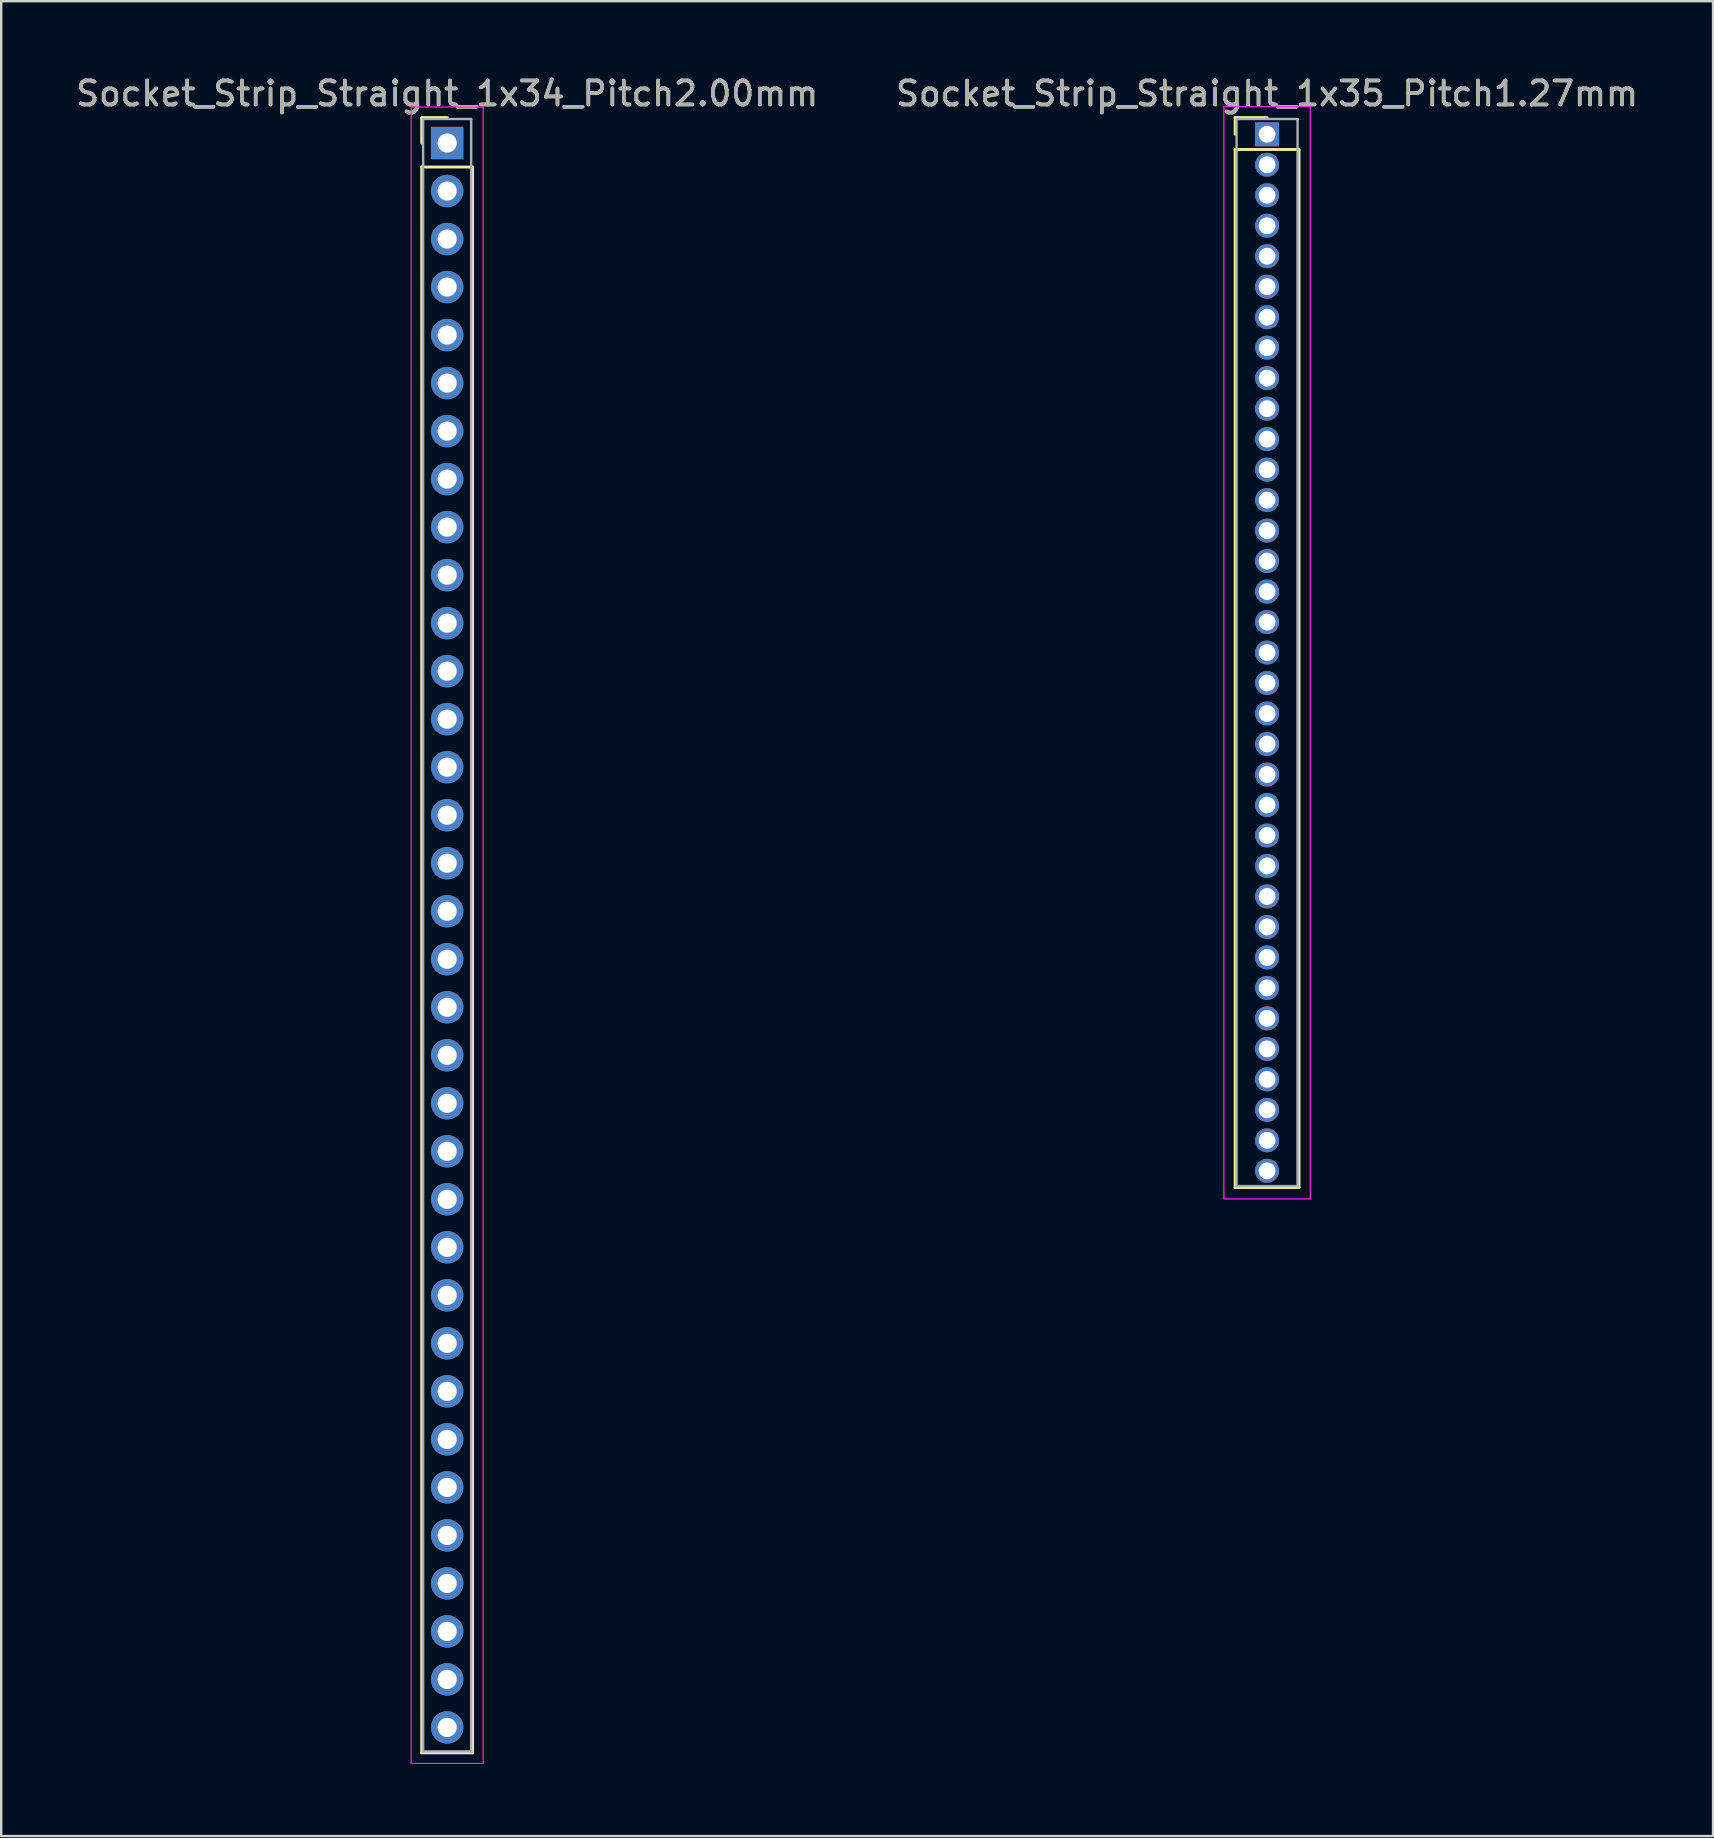
<source format=kicad_pcb>
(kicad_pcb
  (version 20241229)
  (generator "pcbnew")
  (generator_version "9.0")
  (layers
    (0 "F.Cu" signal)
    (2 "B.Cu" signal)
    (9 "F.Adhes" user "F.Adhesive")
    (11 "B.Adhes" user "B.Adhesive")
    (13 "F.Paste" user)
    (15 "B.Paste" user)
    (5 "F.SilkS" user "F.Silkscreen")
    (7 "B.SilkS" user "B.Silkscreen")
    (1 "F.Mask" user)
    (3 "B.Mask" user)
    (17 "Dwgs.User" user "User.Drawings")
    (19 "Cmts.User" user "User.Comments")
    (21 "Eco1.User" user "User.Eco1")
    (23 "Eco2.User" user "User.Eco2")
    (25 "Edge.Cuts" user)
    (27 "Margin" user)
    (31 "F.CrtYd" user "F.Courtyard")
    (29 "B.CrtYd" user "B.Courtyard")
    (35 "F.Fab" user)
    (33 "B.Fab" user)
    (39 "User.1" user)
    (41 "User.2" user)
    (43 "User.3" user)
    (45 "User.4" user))
  (footprint "Socket_Strip_Straight_1x34_Pitch2.00mm"
    (layer "F.Cu")
    (at 15.577 2.908)
    (property "Reference" "Socket_Strip_Straight_1x34_Pitch2.00mm" (at 0 -2.06 0) (layer "F.SilkS") (effects (font (size 1 1) (thickness 0.15))))
    (attr through_hole)
    (fp_line (start -1.06 -1.06) (end 0 -1.06) (stroke (width 0.12) (type solid)) (layer "F.SilkS"))
    (fp_line (start -1.06 0) (end -1.06 -1.06) (stroke (width 0.12) (type solid)) (layer "F.SilkS"))
    (fp_line (start -1.06 1) (end -1.06 67.06) (stroke (width 0.12) (type solid)) (layer "F.SilkS"))
    (fp_line (start -1.06 67.06) (end 1.06 67.06) (stroke (width 0.12) (type solid)) (layer "F.SilkS"))
    (fp_line (start 1.06 1) (end -1.06 1) (stroke (width 0.12) (type solid)) (layer "F.SilkS"))
    (fp_line (start 1.06 67.06) (end 1.06 1) (stroke (width 0.12) (type solid)) (layer "F.SilkS"))
    (fp_line (start -1.5 -1.5) (end -1.5 67.5) (stroke (width 0.05) (type solid)) (layer "F.CrtYd"))
    (fp_line (start -1.5 67.5) (end 1.5 67.5) (stroke (width 0.05) (type solid)) (layer "F.CrtYd"))
    (fp_line (start 1.5 -1.5) (end -1.5 -1.5) (stroke (width 0.05) (type solid)) (layer "F.CrtYd"))
    (fp_line (start 1.5 67.5) (end 1.5 -1.5) (stroke (width 0.05) (type solid)) (layer "F.CrtYd"))
    (fp_line (start -1 -1) (end -1 67) (stroke (width 0.1) (type solid)) (layer "F.Fab"))
    (fp_line (start -1 67) (end 1 67) (stroke (width 0.1) (type solid)) (layer "F.Fab"))
    (fp_line (start 1 -1) (end -1 -1) (stroke (width 0.1) (type solid)) (layer "F.Fab"))
    (fp_line (start 1 67) (end 1 -1) (stroke (width 0.1) (type solid)) (layer "F.Fab"))
    (fp_text user "${REFERENCE}" (at 0 -2.06 0) (layer "F.Fab") (effects (font (size 1 1) (thickness 0.15))))
    (pad "1" thru_hole rect (at 0 0) (size 1.35 1.35) (drill 0.8) (layers "*.Cu" "*.Mask"))
    (pad "2" thru_hole oval (at 0 2) (size 1.35 1.35) (drill 0.8) (layers "*.Cu" "*.Mask"))
    (pad "3" thru_hole oval (at 0 4) (size 1.35 1.35) (drill 0.8) (layers "*.Cu" "*.Mask"))
    (pad "4" thru_hole oval (at 0 6) (size 1.35 1.35) (drill 0.8) (layers "*.Cu" "*.Mask"))
    (pad "5" thru_hole oval (at 0 8) (size 1.35 1.35) (drill 0.8) (layers "*.Cu" "*.Mask"))
    (pad "6" thru_hole oval (at 0 10) (size 1.35 1.35) (drill 0.8) (layers "*.Cu" "*.Mask"))
    (pad "7" thru_hole oval (at 0 12) (size 1.35 1.35) (drill 0.8) (layers "*.Cu" "*.Mask"))
    (pad "8" thru_hole oval (at 0 14) (size 1.35 1.35) (drill 0.8) (layers "*.Cu" "*.Mask"))
    (pad "9" thru_hole oval (at 0 16) (size 1.35 1.35) (drill 0.8) (layers "*.Cu" "*.Mask"))
    (pad "10" thru_hole oval (at 0 18) (size 1.35 1.35) (drill 0.8) (layers "*.Cu" "*.Mask"))
    (pad "11" thru_hole oval (at 0 20) (size 1.35 1.35) (drill 0.8) (layers "*.Cu" "*.Mask"))
    (pad "12" thru_hole oval (at 0 22) (size 1.35 1.35) (drill 0.8) (layers "*.Cu" "*.Mask"))
    (pad "13" thru_hole oval (at 0 24) (size 1.35 1.35) (drill 0.8) (layers "*.Cu" "*.Mask"))
    (pad "14" thru_hole oval (at 0 26) (size 1.35 1.35) (drill 0.8) (layers "*.Cu" "*.Mask"))
    (pad "15" thru_hole oval (at 0 28) (size 1.35 1.35) (drill 0.8) (layers "*.Cu" "*.Mask"))
    (pad "16" thru_hole oval (at 0 30) (size 1.35 1.35) (drill 0.8) (layers "*.Cu" "*.Mask"))
    (pad "17" thru_hole oval (at 0 32) (size 1.35 1.35) (drill 0.8) (layers "*.Cu" "*.Mask"))
    (pad "18" thru_hole oval (at 0 34) (size 1.35 1.35) (drill 0.8) (layers "*.Cu" "*.Mask"))
    (pad "19" thru_hole oval (at 0 36) (size 1.35 1.35) (drill 0.8) (layers "*.Cu" "*.Mask"))
    (pad "20" thru_hole oval (at 0 38) (size 1.35 1.35) (drill 0.8) (layers "*.Cu" "*.Mask"))
    (pad "21" thru_hole oval (at 0 40) (size 1.35 1.35) (drill 0.8) (layers "*.Cu" "*.Mask"))
    (pad "22" thru_hole oval (at 0 42) (size 1.35 1.35) (drill 0.8) (layers "*.Cu" "*.Mask"))
    (pad "23" thru_hole oval (at 0 44) (size 1.35 1.35) (drill 0.8) (layers "*.Cu" "*.Mask"))
    (pad "24" thru_hole oval (at 0 46) (size 1.35 1.35) (drill 0.8) (layers "*.Cu" "*.Mask"))
    (pad "25" thru_hole oval (at 0 48) (size 1.35 1.35) (drill 0.8) (layers "*.Cu" "*.Mask"))
    (pad "26" thru_hole oval (at 0 50) (size 1.35 1.35) (drill 0.8) (layers "*.Cu" "*.Mask"))
    (pad "27" thru_hole oval (at 0 52) (size 1.35 1.35) (drill 0.8) (layers "*.Cu" "*.Mask"))
    (pad "28" thru_hole oval (at 0 54) (size 1.35 1.35) (drill 0.8) (layers "*.Cu" "*.Mask"))
    (pad "29" thru_hole oval (at 0 56) (size 1.35 1.35) (drill 0.8) (layers "*.Cu" "*.Mask"))
    (pad "30" thru_hole oval (at 0 58) (size 1.35 1.35) (drill 0.8) (layers "*.Cu" "*.Mask"))
    (pad "31" thru_hole oval (at 0 60) (size 1.35 1.35) (drill 0.8) (layers "*.Cu" "*.Mask"))
    (pad "32" thru_hole oval (at 0 62) (size 1.35 1.35) (drill 0.8) (layers "*.Cu" "*.Mask"))
    (pad "33" thru_hole oval (at 0 64) (size 1.35 1.35) (drill 0.8) (layers "*.Cu" "*.Mask"))
    (pad "34" thru_hole oval (at 0 66) (size 1.35 1.35) (drill 0.8) (layers "*.Cu" "*.Mask")))
  (footprint "Socket_Strip_Straight_1x35_Pitch1.27mm"
    (layer "F.Cu")
    (at 49.732 2.543)
    (property "Reference" "Socket_Strip_Straight_1x35_Pitch1.27mm" (at 0 -1.695 0) (layer "F.SilkS") (effects (font (size 1 1) (thickness 0.15))))
    (attr through_hole)
    (fp_line (start -1.33 -0.695) (end 0 -0.695) (stroke (width 0.12) (type solid)) (layer "F.SilkS"))
    (fp_line (start -1.33 0) (end -1.33 -0.695) (stroke (width 0.12) (type solid)) (layer "F.SilkS"))
    (fp_line (start -1.33 0.635) (end -1.33 43.875) (stroke (width 0.12) (type solid)) (layer "F.SilkS"))
    (fp_line (start -1.33 43.875) (end 1.33 43.875) (stroke (width 0.12) (type solid)) (layer "F.SilkS"))
    (fp_line (start 1.33 0.635) (end -1.33 0.635) (stroke (width 0.12) (type solid)) (layer "F.SilkS"))
    (fp_line (start 1.33 43.875) (end 1.33 0.635) (stroke (width 0.12) (type solid)) (layer "F.SilkS"))
    (fp_line (start -1.8 -1.15) (end -1.8 44.35) (stroke (width 0.05) (type solid)) (layer "F.CrtYd"))
    (fp_line (start -1.8 44.35) (end 1.8 44.35) (stroke (width 0.05) (type solid)) (layer "F.CrtYd"))
    (fp_line (start 1.8 -1.15) (end -1.8 -1.15) (stroke (width 0.05) (type solid)) (layer "F.CrtYd"))
    (fp_line (start 1.8 44.35) (end 1.8 -1.15) (stroke (width 0.05) (type solid)) (layer "F.CrtYd"))
    (fp_line (start -1.27 -0.635) (end -1.27 43.815) (stroke (width 0.1) (type solid)) (layer "F.Fab"))
    (fp_line (start -1.27 43.815) (end 1.27 43.815) (stroke (width 0.1) (type solid)) (layer "F.Fab"))
    (fp_line (start 1.27 -0.635) (end -1.27 -0.635) (stroke (width 0.1) (type solid)) (layer "F.Fab"))
    (fp_line (start 1.27 43.815) (end 1.27 -0.635) (stroke (width 0.1) (type solid)) (layer "F.Fab"))
    (fp_text user "${REFERENCE}" (at 0 -1.695 0) (layer "F.Fab") (effects (font (size 1 1) (thickness 0.15))))
    (pad "1" thru_hole rect (at 0 0) (size 1 1) (drill 0.7) (layers "*.Cu" "*.Mask"))
    (pad "2" thru_hole oval (at 0 1.27) (size 1 1) (drill 0.7) (layers "*.Cu" "*.Mask"))
    (pad "3" thru_hole oval (at 0 2.54) (size 1 1) (drill 0.7) (layers "*.Cu" "*.Mask"))
    (pad "4" thru_hole oval (at 0 3.81) (size 1 1) (drill 0.7) (layers "*.Cu" "*.Mask"))
    (pad "5" thru_hole oval (at 0 5.08) (size 1 1) (drill 0.7) (layers "*.Cu" "*.Mask"))
    (pad "6" thru_hole oval (at 0 6.35) (size 1 1) (drill 0.7) (layers "*.Cu" "*.Mask"))
    (pad "7" thru_hole oval (at 0 7.62) (size 1 1) (drill 0.7) (layers "*.Cu" "*.Mask"))
    (pad "8" thru_hole oval (at 0 8.89) (size 1 1) (drill 0.7) (layers "*.Cu" "*.Mask"))
    (pad "9" thru_hole oval (at 0 10.16) (size 1 1) (drill 0.7) (layers "*.Cu" "*.Mask"))
    (pad "10" thru_hole oval (at 0 11.43) (size 1 1) (drill 0.7) (layers "*.Cu" "*.Mask"))
    (pad "11" thru_hole oval (at 0 12.7) (size 1 1) (drill 0.7) (layers "*.Cu" "*.Mask"))
    (pad "12" thru_hole oval (at 0 13.97) (size 1 1) (drill 0.7) (layers "*.Cu" "*.Mask"))
    (pad "13" thru_hole oval (at 0 15.24) (size 1 1) (drill 0.7) (layers "*.Cu" "*.Mask"))
    (pad "14" thru_hole oval (at 0 16.51) (size 1 1) (drill 0.7) (layers "*.Cu" "*.Mask"))
    (pad "15" thru_hole oval (at 0 17.78) (size 1 1) (drill 0.7) (layers "*.Cu" "*.Mask"))
    (pad "16" thru_hole oval (at 0 19.05) (size 1 1) (drill 0.7) (layers "*.Cu" "*.Mask"))
    (pad "17" thru_hole oval (at 0 20.32) (size 1 1) (drill 0.7) (layers "*.Cu" "*.Mask"))
    (pad "18" thru_hole oval (at 0 21.59) (size 1 1) (drill 0.7) (layers "*.Cu" "*.Mask"))
    (pad "19" thru_hole oval (at 0 22.86) (size 1 1) (drill 0.7) (layers "*.Cu" "*.Mask"))
    (pad "20" thru_hole oval (at 0 24.13) (size 1 1) (drill 0.7) (layers "*.Cu" "*.Mask"))
    (pad "21" thru_hole oval (at 0 25.4) (size 1 1) (drill 0.7) (layers "*.Cu" "*.Mask"))
    (pad "22" thru_hole oval (at 0 26.67) (size 1 1) (drill 0.7) (layers "*.Cu" "*.Mask"))
    (pad "23" thru_hole oval (at 0 27.94) (size 1 1) (drill 0.7) (layers "*.Cu" "*.Mask"))
    (pad "24" thru_hole oval (at 0 29.21) (size 1 1) (drill 0.7) (layers "*.Cu" "*.Mask"))
    (pad "25" thru_hole oval (at 0 30.48) (size 1 1) (drill 0.7) (layers "*.Cu" "*.Mask"))
    (pad "26" thru_hole oval (at 0 31.75) (size 1 1) (drill 0.7) (layers "*.Cu" "*.Mask"))
    (pad "27" thru_hole oval (at 0 33.02) (size 1 1) (drill 0.7) (layers "*.Cu" "*.Mask"))
    (pad "28" thru_hole oval (at 0 34.29) (size 1 1) (drill 0.7) (layers "*.Cu" "*.Mask"))
    (pad "29" thru_hole oval (at 0 35.56) (size 1 1) (drill 0.7) (layers "*.Cu" "*.Mask"))
    (pad "30" thru_hole oval (at 0 36.83) (size 1 1) (drill 0.7) (layers "*.Cu" "*.Mask"))
    (pad "31" thru_hole oval (at 0 38.1) (size 1 1) (drill 0.7) (layers "*.Cu" "*.Mask"))
    (pad "32" thru_hole oval (at 0 39.37) (size 1 1) (drill 0.7) (layers "*.Cu" "*.Mask"))
    (pad "33" thru_hole oval (at 0 40.64) (size 1 1) (drill 0.7) (layers "*.Cu" "*.Mask"))
    (pad "34" thru_hole oval (at 0 41.91) (size 1 1) (drill 0.7) (layers "*.Cu" "*.Mask"))
    (pad "35" thru_hole oval (at 0 43.18) (size 1 1) (drill 0.7) (layers "*.Cu" "*.Mask")))
  (gr_rect
    (start -3 -3)
    (end 68.31 73.433)
    (stroke (width 0.1) (type default))
    (fill no)
    (layer "Edge.Cuts")))
</source>
